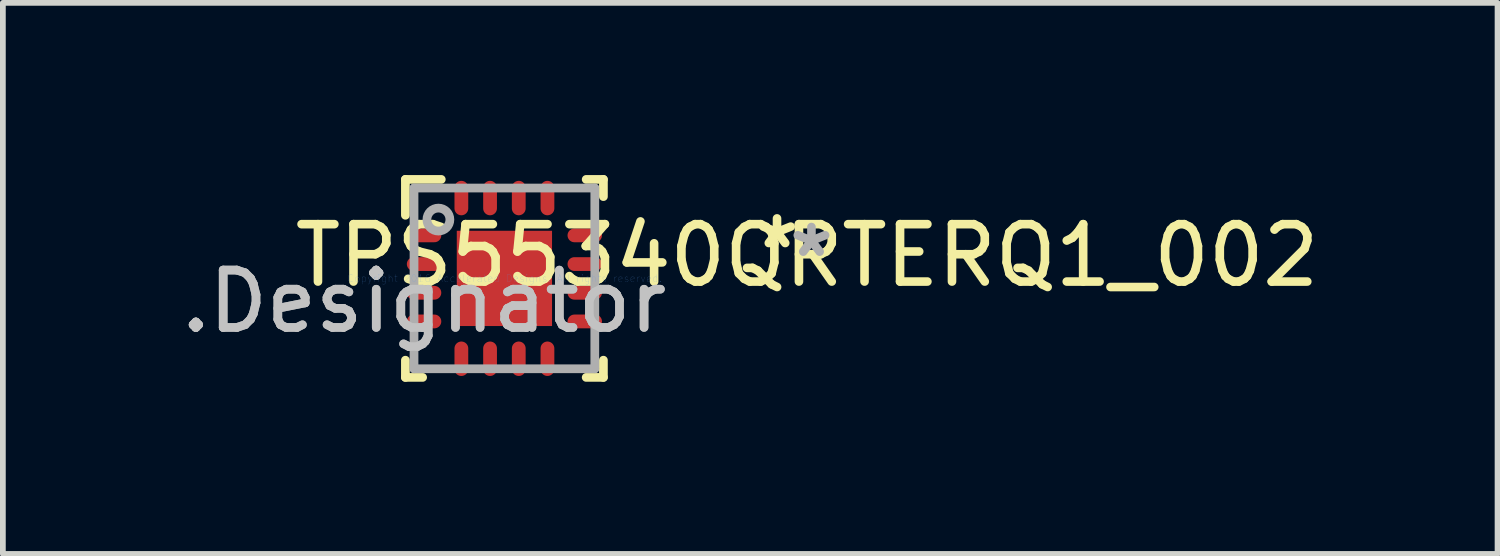
<source format=kicad_pcb>
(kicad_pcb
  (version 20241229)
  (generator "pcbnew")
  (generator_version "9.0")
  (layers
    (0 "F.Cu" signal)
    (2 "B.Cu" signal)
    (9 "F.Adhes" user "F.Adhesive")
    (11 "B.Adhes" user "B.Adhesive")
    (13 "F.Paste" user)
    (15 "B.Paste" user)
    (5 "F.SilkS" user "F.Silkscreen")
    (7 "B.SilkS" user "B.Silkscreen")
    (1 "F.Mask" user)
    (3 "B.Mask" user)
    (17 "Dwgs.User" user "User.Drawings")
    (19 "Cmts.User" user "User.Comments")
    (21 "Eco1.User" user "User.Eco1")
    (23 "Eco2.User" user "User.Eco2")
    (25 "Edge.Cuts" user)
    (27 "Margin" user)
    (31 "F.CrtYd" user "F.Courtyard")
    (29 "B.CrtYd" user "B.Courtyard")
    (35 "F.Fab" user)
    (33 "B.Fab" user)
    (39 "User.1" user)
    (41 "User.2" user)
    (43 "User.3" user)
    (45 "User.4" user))
  (footprint "TPS55340QRTERQ1_002"
    (layer "F.Cu")
    (at 5.739 1.801)
    (property "Reference" "TPS55340QRTERQ1_002" (at 5.275 -0.4 0) (layer "F.SilkS") (effects (font (size 1 1) (thickness 0.15))))
    (attr through_hole)
    (fp_line (start -1.725 -1.725) (end -1.1 -1.725) (stroke (width 0.152) (type solid)) (layer "F.SilkS"))
    (fp_line (start -1.725 -1.1) (end -1.725 -1.725) (stroke (width 0.152) (type solid)) (layer "F.SilkS"))
    (fp_line (start -1.725 1.725) (end -1.725 1.425) (stroke (width 0.152) (type solid)) (layer "F.SilkS"))
    (fp_line (start -1.725 1.725) (end -1.425 1.725) (stroke (width 0.152) (type solid)) (layer "F.SilkS"))
    (fp_line (start 1.425 -1.725) (end 1.725 -1.725) (stroke (width 0.152) (type solid)) (layer "F.SilkS"))
    (fp_line (start 1.425 1.725) (end 1.725 1.725) (stroke (width 0.152) (type solid)) (layer "F.SilkS"))
    (fp_line (start 1.725 -1.425) (end 1.725 -1.725) (stroke (width 0.152) (type solid)) (layer "F.SilkS"))
    (fp_line (start 1.725 1.725) (end 1.725 1.425) (stroke (width 0.152) (type solid)) (layer "F.SilkS"))
    (fp_line (start -0.756 -0.756) (end -0.756 0.756) (stroke (width 0.152) (type solid)) (layer "F.Paste"))
    (fp_line (start -0.756 0.756) (end 0.756 0.756) (stroke (width 0.152) (type solid)) (layer "F.Paste"))
    (fp_line (start 0.756 -0.756) (end -0.756 -0.756) (stroke (width 0.152) (type solid)) (layer "F.Paste"))
    (fp_line (start 0.756 0.756) (end 0.756 -0.756) (stroke (width 0.152) (type solid)) (layer "F.Paste"))
    (fp_line (start -1.575 -1.575) (end 1.575 -1.575) (stroke (width 0.152) (type solid)) (layer "F.Fab"))
    (fp_line (start -1.575 1.575) (end -1.575 -1.575) (stroke (width 0.152) (type solid)) (layer "F.Fab"))
    (fp_line (start -1.575 1.575) (end 1.575 1.575) (stroke (width 0.152) (type solid)) (layer "F.Fab"))
    (fp_line (start 1.575 1.575) (end 1.575 -1.575) (stroke (width 0.152) (type solid)) (layer "F.Fab"))
    (fp_circle (center -1.15 -1.025) (end -0.95 -1.025) (stroke (width 0.152) (type solid)) (fill no) (layer "F.Fab"))
    (fp_text user "*" (at 4.75 -0.5 0) (layer "F.SilkS") (effects (font (size 1 1) (thickness 0.15))))
    (fp_text user ".Designator" (at -1.4 0.4 0) (layer "Dwgs.User") (effects (font (size 1 1) (thickness 0.15))))
    (fp_text user "Copyright 2016 Accelerated Designs. All rights reserved." (at 0 0 0) (layer "Cmts.User") (effects (font (size 0.127 0.127) (thickness 0.002))))
    (fp_text user ".Designator" (at -1.4 0.4 0) (layer "F.Fab") (effects (font (size 1 1) (thickness 0.15))))
    (fp_text user "*" (at 5.35 -0.35 0) (layer "F.Fab") (effects (font (size 1 1) (thickness 0.15))))
    (pad "1" smd oval (at -1.4 -0.75) (size 0.6 0.24) (layers "F.Cu" "F.Mask" "F.Paste"))
    (pad "2" smd oval (at -1.4 -0.25) (size 0.6 0.24) (layers "F.Cu" "F.Mask" "F.Paste"))
    (pad "3" smd oval (at -1.4 0.25) (size 0.6 0.24) (layers "F.Cu" "F.Mask" "F.Paste"))
    (pad "4" smd oval (at -1.4 0.75) (size 0.6 0.24) (layers "F.Cu" "F.Mask" "F.Paste"))
    (pad "5" smd oval (at -0.75 1.4 90) (size 0.6 0.24) (layers "F.Cu" "F.Mask" "F.Paste"))
    (pad "6" smd oval (at -0.25 1.4 90) (size 0.6 0.24) (layers "F.Cu" "F.Mask" "F.Paste"))
    (pad "7" smd oval (at 0.25 1.4 90) (size 0.6 0.24) (layers "F.Cu" "F.Mask" "F.Paste"))
    (pad "8" smd oval (at 0.75 1.4 90) (size 0.6 0.24) (layers "F.Cu" "F.Mask" "F.Paste"))
    (pad "9" smd oval (at 1.4 0.75) (size 0.6 0.24) (layers "F.Cu" "F.Mask" "F.Paste"))
    (pad "10" smd oval (at 1.4 0.25) (size 0.6 0.24) (layers "F.Cu" "F.Mask" "F.Paste"))
    (pad "11" smd oval (at 1.4 -0.25) (size 0.6 0.24) (layers "F.Cu" "F.Mask" "F.Paste"))
    (pad "12" smd oval (at 1.4 -0.75) (size 0.6 0.24) (layers "F.Cu" "F.Mask" "F.Paste"))
    (pad "13" smd oval (at 0.75 -1.4 90) (size 0.6 0.24) (layers "F.Cu" "F.Mask" "F.Paste"))
    (pad "14" smd oval (at 0.25 -1.4 90) (size 0.6 0.24) (layers "F.Cu" "F.Mask" "F.Paste"))
    (pad "15" smd oval (at -0.25 -1.4 90) (size 0.6 0.24) (layers "F.Cu" "F.Mask" "F.Paste"))
    (pad "16" smd oval (at -0.75 -1.4 90) (size 0.6 0.24) (layers "F.Cu" "F.Mask" "F.Paste"))
    (pad "17" smd rect (at 0 0) (size 1.66 1.66) (layers "F.Cu" "F.Mask" "F.Paste")))
  (gr_rect
    (start -3 -3)
    (end 23.044 6.602)
    (stroke (width 0.1) (type default))
    (fill no)
    (layer "Edge.Cuts")))
</source>
